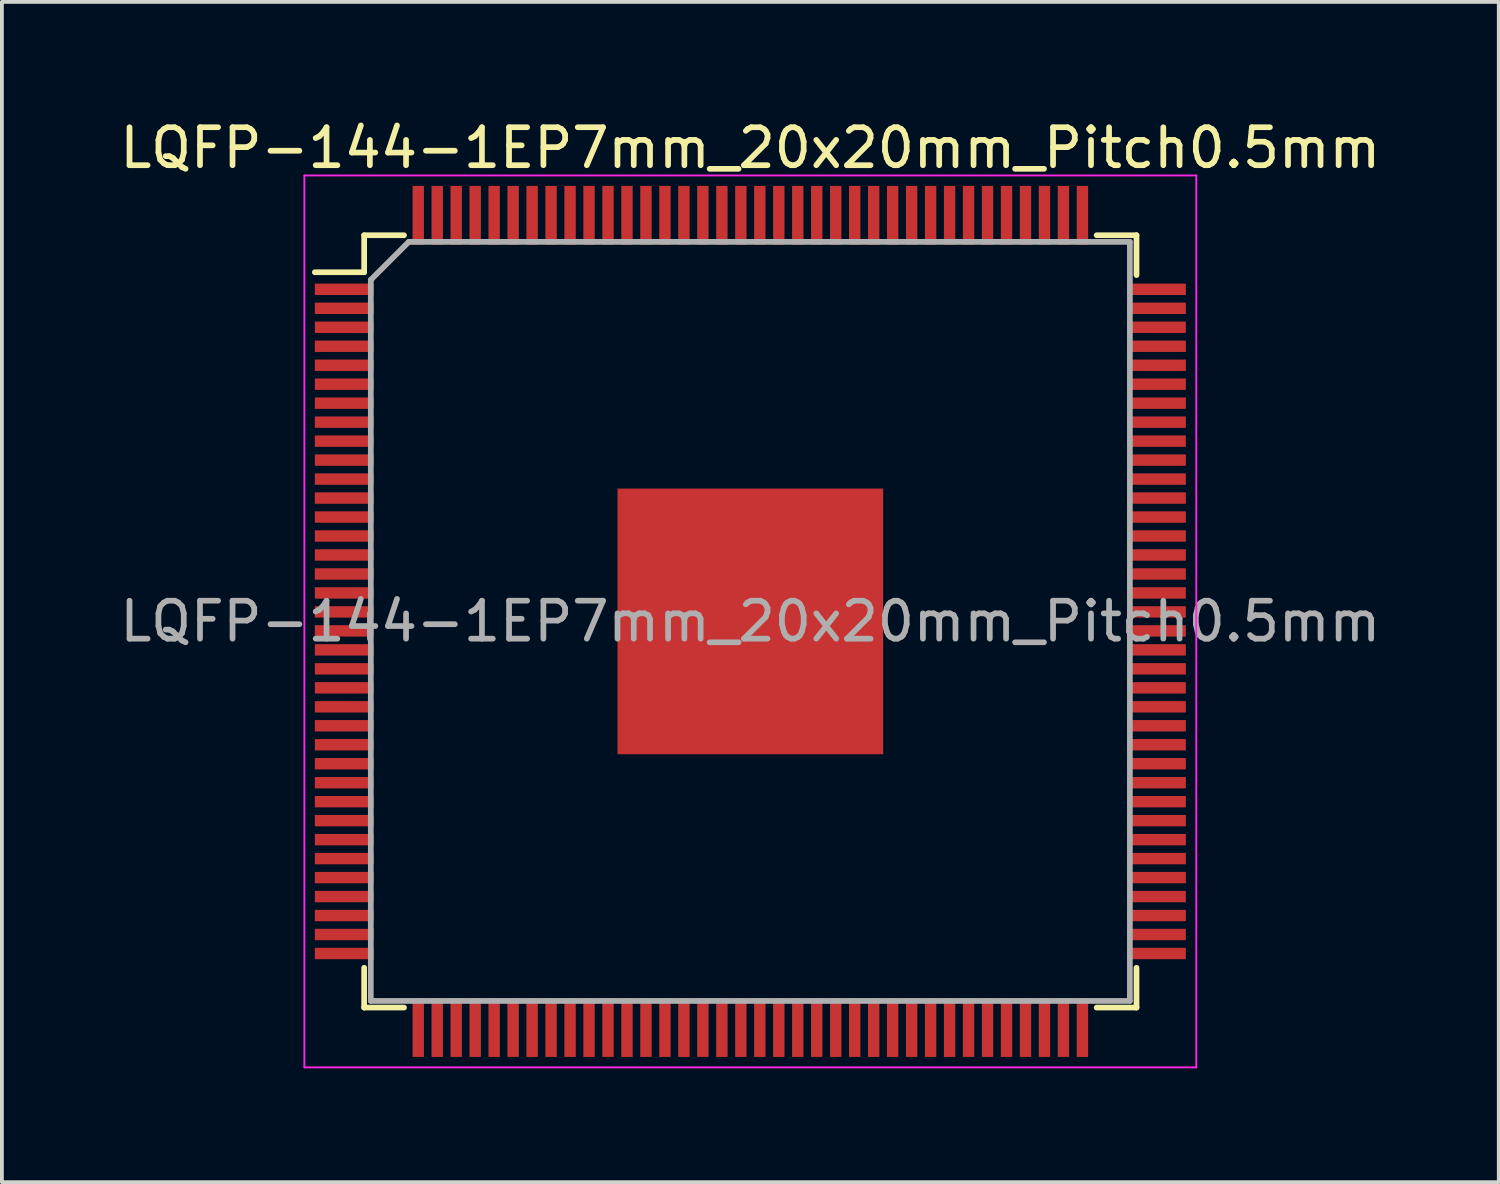
<source format=kicad_pcb>
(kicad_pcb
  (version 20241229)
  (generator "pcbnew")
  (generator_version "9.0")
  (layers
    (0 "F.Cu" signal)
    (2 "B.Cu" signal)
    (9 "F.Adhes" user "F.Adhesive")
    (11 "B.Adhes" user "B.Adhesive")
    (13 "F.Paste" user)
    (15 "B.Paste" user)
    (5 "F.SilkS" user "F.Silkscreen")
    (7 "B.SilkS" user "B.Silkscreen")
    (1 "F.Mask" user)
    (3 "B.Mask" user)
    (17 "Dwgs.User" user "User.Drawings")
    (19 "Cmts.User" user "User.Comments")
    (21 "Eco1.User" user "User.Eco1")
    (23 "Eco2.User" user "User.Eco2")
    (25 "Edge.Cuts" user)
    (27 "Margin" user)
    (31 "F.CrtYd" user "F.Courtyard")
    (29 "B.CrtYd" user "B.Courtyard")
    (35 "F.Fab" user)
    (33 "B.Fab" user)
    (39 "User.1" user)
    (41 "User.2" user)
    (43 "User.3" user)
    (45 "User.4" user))
  (footprint "LQFP-144-1EP7mm_20x20mm_Pitch0.5mm"
    (layer "F.Cu")
    (at 16.72 13.323)
    (property "Reference" "LQFP-144-1EP7mm_20x20mm_Pitch0.5mm" (at 0 -12.475 0) (layer "F.SilkS") (effects (font (size 1 1) (thickness 0.15))))
    (attr smd)
    (fp_line (start -10.175 -10.175) (end -10.175 -9.2) (stroke (width 0.15) (type solid)) (layer "F.SilkS"))
    (fp_line (start -10.175 -10.175) (end -9.125 -10.175) (stroke (width 0.15) (type solid)) (layer "F.SilkS"))
    (fp_line (start -10.175 -9.2) (end -11.475 -9.2) (stroke (width 0.15) (type solid)) (layer "F.SilkS"))
    (fp_line (start -10.175 10.175) (end -10.175 9.125) (stroke (width 0.15) (type solid)) (layer "F.SilkS"))
    (fp_line (start -10.175 10.175) (end -9.125 10.175) (stroke (width 0.15) (type solid)) (layer "F.SilkS"))
    (fp_line (start 10.175 -10.175) (end 9.125 -10.175) (stroke (width 0.15) (type solid)) (layer "F.SilkS"))
    (fp_line (start 10.175 -10.175) (end 10.175 -9.125) (stroke (width 0.15) (type solid)) (layer "F.SilkS"))
    (fp_line (start 10.175 10.175) (end 9.125 10.175) (stroke (width 0.15) (type solid)) (layer "F.SilkS"))
    (fp_line (start 10.175 10.175) (end 10.175 9.125) (stroke (width 0.15) (type solid)) (layer "F.SilkS"))
    (fp_line (start -11.75 -11.75) (end -11.75 11.75) (stroke (width 0.05) (type solid)) (layer "F.CrtYd"))
    (fp_line (start -11.75 -11.75) (end 11.75 -11.75) (stroke (width 0.05) (type solid)) (layer "F.CrtYd"))
    (fp_line (start -11.75 11.75) (end 11.75 11.75) (stroke (width 0.05) (type solid)) (layer "F.CrtYd"))
    (fp_line (start 11.75 -11.75) (end 11.75 11.75) (stroke (width 0.05) (type solid)) (layer "F.CrtYd"))
    (fp_line (start -10 -9) (end -9 -10) (stroke (width 0.15) (type solid)) (layer "F.Fab"))
    (fp_line (start -10 10) (end -10 -9) (stroke (width 0.15) (type solid)) (layer "F.Fab"))
    (fp_line (start -9 -10) (end 10 -10) (stroke (width 0.15) (type solid)) (layer "F.Fab"))
    (fp_line (start 10 -10) (end 10 10) (stroke (width 0.15) (type solid)) (layer "F.Fab"))
    (fp_line (start 10 10) (end -10 10) (stroke (width 0.15) (type solid)) (layer "F.Fab"))
    (fp_text user "${REFERENCE}" (at 0 0 0) (layer "F.Fab") (effects (font (size 1 1) (thickness 0.15))))
    (pad "1" smd rect (at -10.7 -8.75) (size 1.55 0.3) (layers "F.Cu" "F.Mask" "F.Paste"))
    (pad "2" smd rect (at -10.7 -8.25) (size 1.55 0.3) (layers "F.Cu" "F.Mask" "F.Paste"))
    (pad "3" smd rect (at -10.7 -7.75) (size 1.55 0.3) (layers "F.Cu" "F.Mask" "F.Paste"))
    (pad "4" smd rect (at -10.7 -7.25) (size 1.55 0.3) (layers "F.Cu" "F.Mask" "F.Paste"))
    (pad "5" smd rect (at -10.7 -6.75) (size 1.55 0.3) (layers "F.Cu" "F.Mask" "F.Paste"))
    (pad "6" smd rect (at -10.7 -6.25) (size 1.55 0.3) (layers "F.Cu" "F.Mask" "F.Paste"))
    (pad "7" smd rect (at -10.7 -5.75) (size 1.55 0.3) (layers "F.Cu" "F.Mask" "F.Paste"))
    (pad "8" smd rect (at -10.7 -5.25) (size 1.55 0.3) (layers "F.Cu" "F.Mask" "F.Paste"))
    (pad "9" smd rect (at -10.7 -4.75) (size 1.55 0.3) (layers "F.Cu" "F.Mask" "F.Paste"))
    (pad "10" smd rect (at -10.7 -4.25) (size 1.55 0.3) (layers "F.Cu" "F.Mask" "F.Paste"))
    (pad "11" smd rect (at -10.7 -3.75) (size 1.55 0.3) (layers "F.Cu" "F.Mask" "F.Paste"))
    (pad "12" smd rect (at -10.7 -3.25) (size 1.55 0.3) (layers "F.Cu" "F.Mask" "F.Paste"))
    (pad "13" smd rect (at -10.7 -2.75) (size 1.55 0.3) (layers "F.Cu" "F.Mask" "F.Paste"))
    (pad "14" smd rect (at -10.7 -2.25) (size 1.55 0.3) (layers "F.Cu" "F.Mask" "F.Paste"))
    (pad "15" smd rect (at -10.7 -1.75) (size 1.55 0.3) (layers "F.Cu" "F.Mask" "F.Paste"))
    (pad "16" smd rect (at -10.7 -1.25) (size 1.55 0.3) (layers "F.Cu" "F.Mask" "F.Paste"))
    (pad "17" smd rect (at -10.7 -0.75) (size 1.55 0.3) (layers "F.Cu" "F.Mask" "F.Paste"))
    (pad "18" smd rect (at -10.7 -0.25) (size 1.55 0.3) (layers "F.Cu" "F.Mask" "F.Paste"))
    (pad "19" smd rect (at -10.7 0.25) (size 1.55 0.3) (layers "F.Cu" "F.Mask" "F.Paste"))
    (pad "20" smd rect (at -10.7 0.75) (size 1.55 0.3) (layers "F.Cu" "F.Mask" "F.Paste"))
    (pad "21" smd rect (at -10.7 1.25) (size 1.55 0.3) (layers "F.Cu" "F.Mask" "F.Paste"))
    (pad "22" smd rect (at -10.7 1.75) (size 1.55 0.3) (layers "F.Cu" "F.Mask" "F.Paste"))
    (pad "23" smd rect (at -10.7 2.25) (size 1.55 0.3) (layers "F.Cu" "F.Mask" "F.Paste"))
    (pad "24" smd rect (at -10.7 2.75) (size 1.55 0.3) (layers "F.Cu" "F.Mask" "F.Paste"))
    (pad "25" smd rect (at -10.7 3.25) (size 1.55 0.3) (layers "F.Cu" "F.Mask" "F.Paste"))
    (pad "26" smd rect (at -10.7 3.75) (size 1.55 0.3) (layers "F.Cu" "F.Mask" "F.Paste"))
    (pad "27" smd rect (at -10.7 4.25) (size 1.55 0.3) (layers "F.Cu" "F.Mask" "F.Paste"))
    (pad "28" smd rect (at -10.7 4.75) (size 1.55 0.3) (layers "F.Cu" "F.Mask" "F.Paste"))
    (pad "29" smd rect (at -10.7 5.25) (size 1.55 0.3) (layers "F.Cu" "F.Mask" "F.Paste"))
    (pad "30" smd rect (at -10.7 5.75) (size 1.55 0.3) (layers "F.Cu" "F.Mask" "F.Paste"))
    (pad "31" smd rect (at -10.7 6.25) (size 1.55 0.3) (layers "F.Cu" "F.Mask" "F.Paste"))
    (pad "32" smd rect (at -10.7 6.75) (size 1.55 0.3) (layers "F.Cu" "F.Mask" "F.Paste"))
    (pad "33" smd rect (at -10.7 7.25) (size 1.55 0.3) (layers "F.Cu" "F.Mask" "F.Paste"))
    (pad "34" smd rect (at -10.7 7.75) (size 1.55 0.3) (layers "F.Cu" "F.Mask" "F.Paste"))
    (pad "35" smd rect (at -10.7 8.25) (size 1.55 0.3) (layers "F.Cu" "F.Mask" "F.Paste"))
    (pad "36" smd rect (at -10.7 8.75) (size 1.55 0.3) (layers "F.Cu" "F.Mask" "F.Paste"))
    (pad "37" smd rect (at -8.75 10.7 90) (size 1.55 0.3) (layers "F.Cu" "F.Mask" "F.Paste"))
    (pad "38" smd rect (at -8.25 10.7 90) (size 1.55 0.3) (layers "F.Cu" "F.Mask" "F.Paste"))
    (pad "39" smd rect (at -7.75 10.7 90) (size 1.55 0.3) (layers "F.Cu" "F.Mask" "F.Paste"))
    (pad "40" smd rect (at -7.25 10.7 90) (size 1.55 0.3) (layers "F.Cu" "F.Mask" "F.Paste"))
    (pad "41" smd rect (at -6.75 10.7 90) (size 1.55 0.3) (layers "F.Cu" "F.Mask" "F.Paste"))
    (pad "42" smd rect (at -6.25 10.7 90) (size 1.55 0.3) (layers "F.Cu" "F.Mask" "F.Paste"))
    (pad "43" smd rect (at -5.75 10.7 90) (size 1.55 0.3) (layers "F.Cu" "F.Mask" "F.Paste"))
    (pad "44" smd rect (at -5.25 10.7 90) (size 1.55 0.3) (layers "F.Cu" "F.Mask" "F.Paste"))
    (pad "45" smd rect (at -4.75 10.7 90) (size 1.55 0.3) (layers "F.Cu" "F.Mask" "F.Paste"))
    (pad "46" smd rect (at -4.25 10.7 90) (size 1.55 0.3) (layers "F.Cu" "F.Mask" "F.Paste"))
    (pad "47" smd rect (at -3.75 10.7 90) (size 1.55 0.3) (layers "F.Cu" "F.Mask" "F.Paste"))
    (pad "48" smd rect (at -3.25 10.7 90) (size 1.55 0.3) (layers "F.Cu" "F.Mask" "F.Paste"))
    (pad "49" smd rect (at -2.75 10.7 90) (size 1.55 0.3) (layers "F.Cu" "F.Mask" "F.Paste"))
    (pad "50" smd rect (at -2.25 10.7 90) (size 1.55 0.3) (layers "F.Cu" "F.Mask" "F.Paste"))
    (pad "51" smd rect (at -1.75 10.7 90) (size 1.55 0.3) (layers "F.Cu" "F.Mask" "F.Paste"))
    (pad "52" smd rect (at -1.25 10.7 90) (size 1.55 0.3) (layers "F.Cu" "F.Mask" "F.Paste"))
    (pad "53" smd rect (at -0.75 10.7 90) (size 1.55 0.3) (layers "F.Cu" "F.Mask" "F.Paste"))
    (pad "54" smd rect (at -0.25 10.7 90) (size 1.55 0.3) (layers "F.Cu" "F.Mask" "F.Paste"))
    (pad "55" smd rect (at 0.25 10.7 90) (size 1.55 0.3) (layers "F.Cu" "F.Mask" "F.Paste"))
    (pad "56" smd rect (at 0.75 10.7 90) (size 1.55 0.3) (layers "F.Cu" "F.Mask" "F.Paste"))
    (pad "57" smd rect (at 1.25 10.7 90) (size 1.55 0.3) (layers "F.Cu" "F.Mask" "F.Paste"))
    (pad "58" smd rect (at 1.75 10.7 90) (size 1.55 0.3) (layers "F.Cu" "F.Mask" "F.Paste"))
    (pad "59" smd rect (at 2.25 10.7 90) (size 1.55 0.3) (layers "F.Cu" "F.Mask" "F.Paste"))
    (pad "60" smd rect (at 2.75 10.7 90) (size 1.55 0.3) (layers "F.Cu" "F.Mask" "F.Paste"))
    (pad "61" smd rect (at 3.25 10.7 90) (size 1.55 0.3) (layers "F.Cu" "F.Mask" "F.Paste"))
    (pad "62" smd rect (at 3.75 10.7 90) (size 1.55 0.3) (layers "F.Cu" "F.Mask" "F.Paste"))
    (pad "63" smd rect (at 4.25 10.7 90) (size 1.55 0.3) (layers "F.Cu" "F.Mask" "F.Paste"))
    (pad "64" smd rect (at 4.75 10.7 90) (size 1.55 0.3) (layers "F.Cu" "F.Mask" "F.Paste"))
    (pad "65" smd rect (at 5.25 10.7 90) (size 1.55 0.3) (layers "F.Cu" "F.Mask" "F.Paste"))
    (pad "66" smd rect (at 5.75 10.7 90) (size 1.55 0.3) (layers "F.Cu" "F.Mask" "F.Paste"))
    (pad "67" smd rect (at 6.25 10.7 90) (size 1.55 0.3) (layers "F.Cu" "F.Mask" "F.Paste"))
    (pad "68" smd rect (at 6.75 10.7 90) (size 1.55 0.3) (layers "F.Cu" "F.Mask" "F.Paste"))
    (pad "69" smd rect (at 7.25 10.7 90) (size 1.55 0.3) (layers "F.Cu" "F.Mask" "F.Paste"))
    (pad "70" smd rect (at 7.75 10.7 90) (size 1.55 0.3) (layers "F.Cu" "F.Mask" "F.Paste"))
    (pad "71" smd rect (at 8.25 10.7 90) (size 1.55 0.3) (layers "F.Cu" "F.Mask" "F.Paste"))
    (pad "72" smd rect (at 8.75 10.7 90) (size 1.55 0.3) (layers "F.Cu" "F.Mask" "F.Paste"))
    (pad "73" smd rect (at 10.7 8.75) (size 1.55 0.3) (layers "F.Cu" "F.Mask" "F.Paste"))
    (pad "74" smd rect (at 10.7 8.25) (size 1.55 0.3) (layers "F.Cu" "F.Mask" "F.Paste"))
    (pad "75" smd rect (at 10.7 7.75) (size 1.55 0.3) (layers "F.Cu" "F.Mask" "F.Paste"))
    (pad "76" smd rect (at 10.7 7.25) (size 1.55 0.3) (layers "F.Cu" "F.Mask" "F.Paste"))
    (pad "77" smd rect (at 10.7 6.75) (size 1.55 0.3) (layers "F.Cu" "F.Mask" "F.Paste"))
    (pad "78" smd rect (at 10.7 6.25) (size 1.55 0.3) (layers "F.Cu" "F.Mask" "F.Paste"))
    (pad "79" smd rect (at 10.7 5.75) (size 1.55 0.3) (layers "F.Cu" "F.Mask" "F.Paste"))
    (pad "80" smd rect (at 10.7 5.25) (size 1.55 0.3) (layers "F.Cu" "F.Mask" "F.Paste"))
    (pad "81" smd rect (at 10.7 4.75) (size 1.55 0.3) (layers "F.Cu" "F.Mask" "F.Paste"))
    (pad "82" smd rect (at 10.7 4.25) (size 1.55 0.3) (layers "F.Cu" "F.Mask" "F.Paste"))
    (pad "83" smd rect (at 10.7 3.75) (size 1.55 0.3) (layers "F.Cu" "F.Mask" "F.Paste"))
    (pad "84" smd rect (at 10.7 3.25) (size 1.55 0.3) (layers "F.Cu" "F.Mask" "F.Paste"))
    (pad "85" smd rect (at 10.7 2.75) (size 1.55 0.3) (layers "F.Cu" "F.Mask" "F.Paste"))
    (pad "86" smd rect (at 10.7 2.25) (size 1.55 0.3) (layers "F.Cu" "F.Mask" "F.Paste"))
    (pad "87" smd rect (at 10.7 1.75) (size 1.55 0.3) (layers "F.Cu" "F.Mask" "F.Paste"))
    (pad "88" smd rect (at 10.7 1.25) (size 1.55 0.3) (layers "F.Cu" "F.Mask" "F.Paste"))
    (pad "89" smd rect (at 10.7 0.75) (size 1.55 0.3) (layers "F.Cu" "F.Mask" "F.Paste"))
    (pad "90" smd rect (at 10.7 0.25) (size 1.55 0.3) (layers "F.Cu" "F.Mask" "F.Paste"))
    (pad "91" smd rect (at 10.7 -0.25) (size 1.55 0.3) (layers "F.Cu" "F.Mask" "F.Paste"))
    (pad "92" smd rect (at 10.7 -0.75) (size 1.55 0.3) (layers "F.Cu" "F.Mask" "F.Paste"))
    (pad "93" smd rect (at 10.7 -1.25) (size 1.55 0.3) (layers "F.Cu" "F.Mask" "F.Paste"))
    (pad "94" smd rect (at 10.7 -1.75) (size 1.55 0.3) (layers "F.Cu" "F.Mask" "F.Paste"))
    (pad "95" smd rect (at 10.7 -2.25) (size 1.55 0.3) (layers "F.Cu" "F.Mask" "F.Paste"))
    (pad "96" smd rect (at 10.7 -2.75) (size 1.55 0.3) (layers "F.Cu" "F.Mask" "F.Paste"))
    (pad "97" smd rect (at 10.7 -3.25) (size 1.55 0.3) (layers "F.Cu" "F.Mask" "F.Paste"))
    (pad "98" smd rect (at 10.7 -3.75) (size 1.55 0.3) (layers "F.Cu" "F.Mask" "F.Paste"))
    (pad "99" smd rect (at 10.7 -4.25) (size 1.55 0.3) (layers "F.Cu" "F.Mask" "F.Paste"))
    (pad "100" smd rect (at 10.7 -4.75) (size 1.55 0.3) (layers "F.Cu" "F.Mask" "F.Paste"))
    (pad "101" smd rect (at 10.7 -5.25) (size 1.55 0.3) (layers "F.Cu" "F.Mask" "F.Paste"))
    (pad "102" smd rect (at 10.7 -5.75) (size 1.55 0.3) (layers "F.Cu" "F.Mask" "F.Paste"))
    (pad "103" smd rect (at 10.7 -6.25) (size 1.55 0.3) (layers "F.Cu" "F.Mask" "F.Paste"))
    (pad "104" smd rect (at 10.7 -6.75) (size 1.55 0.3) (layers "F.Cu" "F.Mask" "F.Paste"))
    (pad "105" smd rect (at 10.7 -7.25) (size 1.55 0.3) (layers "F.Cu" "F.Mask" "F.Paste"))
    (pad "106" smd rect (at 10.7 -7.75) (size 1.55 0.3) (layers "F.Cu" "F.Mask" "F.Paste"))
    (pad "107" smd rect (at 10.7 -8.25) (size 1.55 0.3) (layers "F.Cu" "F.Mask" "F.Paste"))
    (pad "108" smd rect (at 10.7 -8.75) (size 1.55 0.3) (layers "F.Cu" "F.Mask" "F.Paste"))
    (pad "109" smd rect (at 8.75 -10.7 90) (size 1.55 0.3) (layers "F.Cu" "F.Mask" "F.Paste"))
    (pad "110" smd rect (at 8.25 -10.7 90) (size 1.55 0.3) (layers "F.Cu" "F.Mask" "F.Paste"))
    (pad "111" smd rect (at 7.75 -10.7 90) (size 1.55 0.3) (layers "F.Cu" "F.Mask" "F.Paste"))
    (pad "112" smd rect (at 7.25 -10.7 90) (size 1.55 0.3) (layers "F.Cu" "F.Mask" "F.Paste"))
    (pad "113" smd rect (at 6.75 -10.7 90) (size 1.55 0.3) (layers "F.Cu" "F.Mask" "F.Paste"))
    (pad "114" smd rect (at 6.25 -10.7 90) (size 1.55 0.3) (layers "F.Cu" "F.Mask" "F.Paste"))
    (pad "115" smd rect (at 5.75 -10.7 90) (size 1.55 0.3) (layers "F.Cu" "F.Mask" "F.Paste"))
    (pad "116" smd rect (at 5.25 -10.7 90) (size 1.55 0.3) (layers "F.Cu" "F.Mask" "F.Paste"))
    (pad "117" smd rect (at 4.75 -10.7 90) (size 1.55 0.3) (layers "F.Cu" "F.Mask" "F.Paste"))
    (pad "118" smd rect (at 4.25 -10.7 90) (size 1.55 0.3) (layers "F.Cu" "F.Mask" "F.Paste"))
    (pad "119" smd rect (at 3.75 -10.7 90) (size 1.55 0.3) (layers "F.Cu" "F.Mask" "F.Paste"))
    (pad "120" smd rect (at 3.25 -10.7 90) (size 1.55 0.3) (layers "F.Cu" "F.Mask" "F.Paste"))
    (pad "121" smd rect (at 2.75 -10.7 90) (size 1.55 0.3) (layers "F.Cu" "F.Mask" "F.Paste"))
    (pad "122" smd rect (at 2.25 -10.7 90) (size 1.55 0.3) (layers "F.Cu" "F.Mask" "F.Paste"))
    (pad "123" smd rect (at 1.75 -10.7 90) (size 1.55 0.3) (layers "F.Cu" "F.Mask" "F.Paste"))
    (pad "124" smd rect (at 1.25 -10.7 90) (size 1.55 0.3) (layers "F.Cu" "F.Mask" "F.Paste"))
    (pad "125" smd rect (at 0.75 -10.7 90) (size 1.55 0.3) (layers "F.Cu" "F.Mask" "F.Paste"))
    (pad "126" smd rect (at 0.25 -10.7 90) (size 1.55 0.3) (layers "F.Cu" "F.Mask" "F.Paste"))
    (pad "127" smd rect (at -0.25 -10.7 90) (size 1.55 0.3) (layers "F.Cu" "F.Mask" "F.Paste"))
    (pad "128" smd rect (at -0.75 -10.7 90) (size 1.55 0.3) (layers "F.Cu" "F.Mask" "F.Paste"))
    (pad "129" smd rect (at -1.25 -10.7 90) (size 1.55 0.3) (layers "F.Cu" "F.Mask" "F.Paste"))
    (pad "130" smd rect (at -1.75 -10.7 90) (size 1.55 0.3) (layers "F.Cu" "F.Mask" "F.Paste"))
    (pad "131" smd rect (at -2.25 -10.7 90) (size 1.55 0.3) (layers "F.Cu" "F.Mask" "F.Paste"))
    (pad "132" smd rect (at -2.75 -10.7 90) (size 1.55 0.3) (layers "F.Cu" "F.Mask" "F.Paste"))
    (pad "133" smd rect (at -3.25 -10.7 90) (size 1.55 0.3) (layers "F.Cu" "F.Mask" "F.Paste"))
    (pad "134" smd rect (at -3.75 -10.7 90) (size 1.55 0.3) (layers "F.Cu" "F.Mask" "F.Paste"))
    (pad "135" smd rect (at -4.25 -10.7 90) (size 1.55 0.3) (layers "F.Cu" "F.Mask" "F.Paste"))
    (pad "136" smd rect (at -4.75 -10.7 90) (size 1.55 0.3) (layers "F.Cu" "F.Mask" "F.Paste"))
    (pad "137" smd rect (at -5.25 -10.7 90) (size 1.55 0.3) (layers "F.Cu" "F.Mask" "F.Paste"))
    (pad "138" smd rect (at -5.75 -10.7 90) (size 1.55 0.3) (layers "F.Cu" "F.Mask" "F.Paste"))
    (pad "139" smd rect (at -6.25 -10.7 90) (size 1.55 0.3) (layers "F.Cu" "F.Mask" "F.Paste"))
    (pad "140" smd rect (at -6.75 -10.7 90) (size 1.55 0.3) (layers "F.Cu" "F.Mask" "F.Paste"))
    (pad "141" smd rect (at -7.25 -10.7 90) (size 1.55 0.3) (layers "F.Cu" "F.Mask" "F.Paste"))
    (pad "142" smd rect (at -7.75 -10.7 90) (size 1.55 0.3) (layers "F.Cu" "F.Mask" "F.Paste"))
    (pad "143" smd rect (at -8.25 -10.7 90) (size 1.55 0.3) (layers "F.Cu" "F.Mask" "F.Paste"))
    (pad "144" smd rect (at -8.75 -10.7 90) (size 1.55 0.3) (layers "F.Cu" "F.Mask" "F.Paste"))
    (pad "145" smd rect (at 0 0) (size 7 7) (layers "F.Cu" "F.Mask" "F.Paste")))
  (gr_rect
    (start -3 -3)
    (end 36.44 28.098)
    (stroke (width 0.1) (type default))
    (fill no)
    (layer "Edge.Cuts")))
</source>
